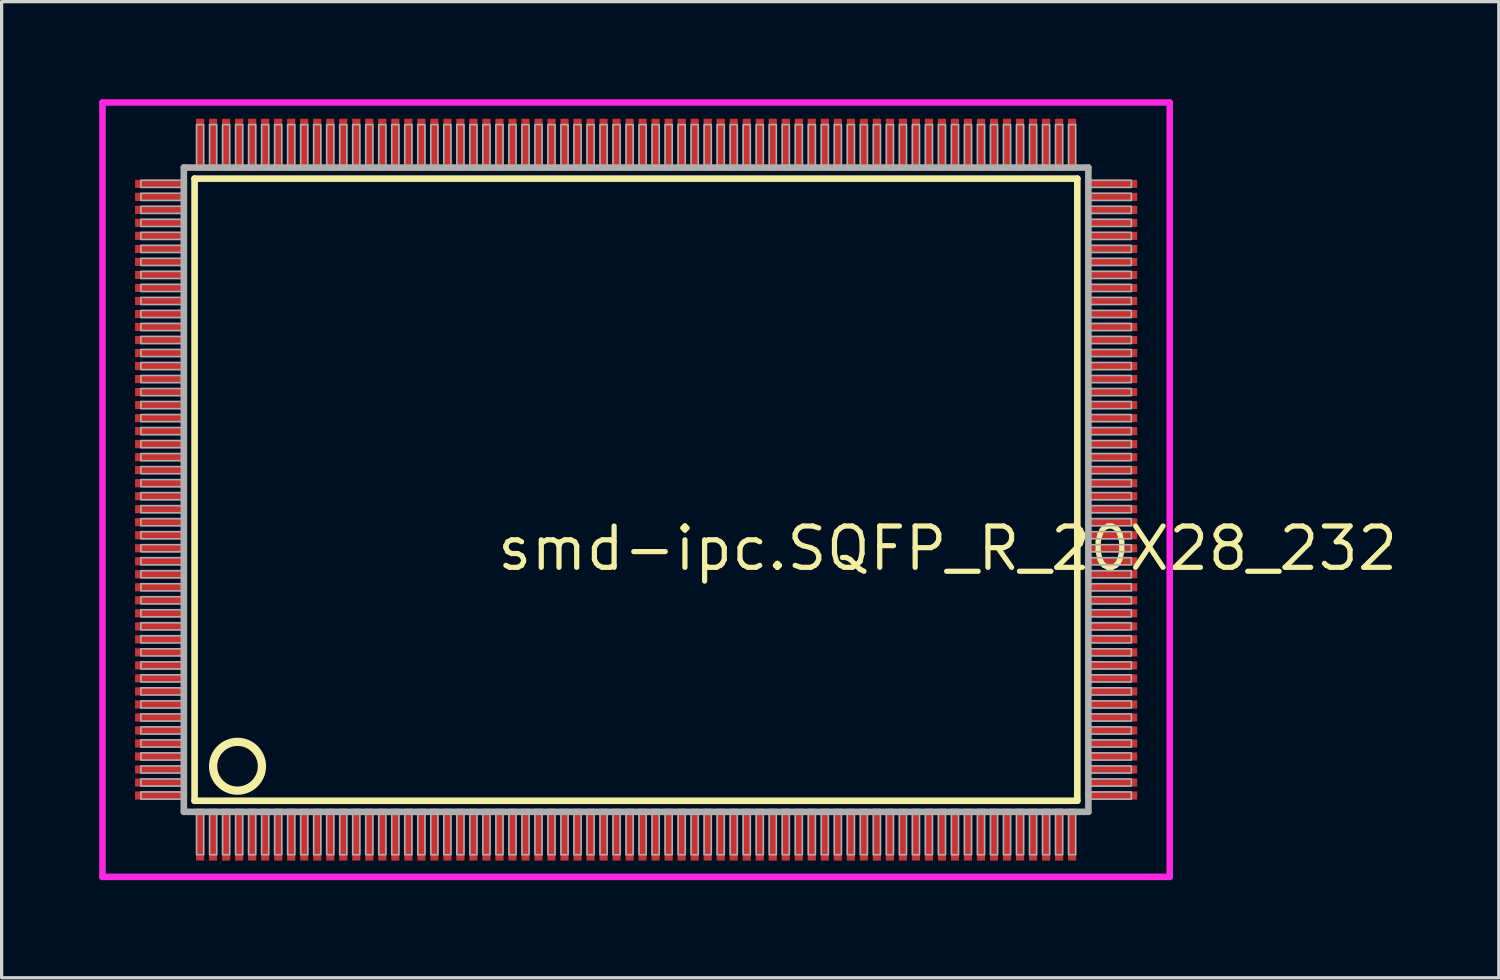
<source format=kicad_pcb>
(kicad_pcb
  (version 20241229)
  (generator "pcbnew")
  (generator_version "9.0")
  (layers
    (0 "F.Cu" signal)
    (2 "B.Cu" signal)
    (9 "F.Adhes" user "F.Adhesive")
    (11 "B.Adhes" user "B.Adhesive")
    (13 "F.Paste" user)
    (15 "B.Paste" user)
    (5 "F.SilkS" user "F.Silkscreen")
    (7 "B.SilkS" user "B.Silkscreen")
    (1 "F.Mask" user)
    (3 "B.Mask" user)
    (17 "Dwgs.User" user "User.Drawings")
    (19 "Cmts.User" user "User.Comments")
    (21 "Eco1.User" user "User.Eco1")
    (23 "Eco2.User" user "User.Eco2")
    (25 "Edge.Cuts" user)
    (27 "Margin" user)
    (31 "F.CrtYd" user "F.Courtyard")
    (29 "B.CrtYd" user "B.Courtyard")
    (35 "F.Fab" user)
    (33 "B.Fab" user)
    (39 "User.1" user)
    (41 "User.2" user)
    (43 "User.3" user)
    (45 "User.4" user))
  (footprint "smd-ipc.SQFP_R_20X28_232"
    (layer "F.Cu")
    (at 16.5 12)
    (property "Reference" "smd-ipc.SQFP_R_20X28_232" (at -4.35 2.55 0) (layer "F.SilkS") (effects (font (size 1.27 1.27) (thickness 0.16)) (justify left bottom)))
    (attr smd)
    (fp_line (start -13.57 -9.56) (end 13.56 -9.56) (stroke (width 0.203) (type default)) (layer "F.SilkS"))
    (fp_line (start -13.57 9.56) (end -13.57 -9.56) (stroke (width 0.203) (type default)) (layer "F.SilkS"))
    (fp_line (start 13.56 -9.56) (end 13.56 9.56) (stroke (width 0.203) (type default)) (layer "F.SilkS"))
    (fp_line (start 13.56 9.56) (end -13.57 9.56) (stroke (width 0.203) (type default)) (layer "F.SilkS"))
    (fp_circle (center -12.25 8.5) (end -11.5 8.5) (stroke (width 0.254) (type default)) (fill no) (layer "F.SilkS"))
    (fp_line (start -16.4 -11.9) (end 16.4 -11.9) (stroke (width 0.2) (type default)) (layer "F.CrtYd"))
    (fp_line (start -16.4 11.9) (end -16.4 -11.9) (stroke (width 0.2) (type default)) (layer "F.CrtYd"))
    (fp_line (start 16.4 -11.9) (end 16.4 11.9) (stroke (width 0.2) (type default)) (layer "F.CrtYd"))
    (fp_line (start 16.4 11.9) (end -16.4 11.9) (stroke (width 0.2) (type default)) (layer "F.CrtYd"))
    (fp_line (start -13.9 -9.9) (end -13.9 9.9) (stroke (width 0.203) (type default)) (layer "F.Fab"))
    (fp_line (start -13.9 9.9) (end 13.9 9.9) (stroke (width 0.203) (type default)) (layer "F.Fab"))
    (fp_line (start 13.9 -9.9) (end -13.9 -9.9) (stroke (width 0.203) (type default)) (layer "F.Fab"))
    (fp_line (start 13.9 9.9) (end 13.9 -9.9) (stroke (width 0.203) (type default)) (layer "F.Fab"))
    (fp_rect (start -15.22 -9.29) (end -13.95 -9.51) (stroke (width 0.05) (type default)) (fill no) (layer "F.Fab"))
    (fp_rect (start -15.22 -8.89) (end -13.95 -9.11) (stroke (width 0.05) (type default)) (fill no) (layer "F.Fab"))
    (fp_rect (start -15.22 -8.49) (end -13.95 -8.71) (stroke (width 0.05) (type default)) (fill no) (layer "F.Fab"))
    (fp_rect (start -15.22 -8.09) (end -13.95 -8.31) (stroke (width 0.05) (type default)) (fill no) (layer "F.Fab"))
    (fp_rect (start -15.22 -7.69) (end -13.95 -7.91) (stroke (width 0.05) (type default)) (fill no) (layer "F.Fab"))
    (fp_rect (start -15.22 -7.29) (end -13.95 -7.51) (stroke (width 0.05) (type default)) (fill no) (layer "F.Fab"))
    (fp_rect (start -15.22 -6.89) (end -13.95 -7.11) (stroke (width 0.05) (type default)) (fill no) (layer "F.Fab"))
    (fp_rect (start -15.22 -6.49) (end -13.95 -6.71) (stroke (width 0.05) (type default)) (fill no) (layer "F.Fab"))
    (fp_rect (start -15.22 -6.09) (end -13.95 -6.31) (stroke (width 0.05) (type default)) (fill no) (layer "F.Fab"))
    (fp_rect (start -15.22 -5.69) (end -13.95 -5.91) (stroke (width 0.05) (type default)) (fill no) (layer "F.Fab"))
    (fp_rect (start -15.22 -5.29) (end -13.95 -5.51) (stroke (width 0.05) (type default)) (fill no) (layer "F.Fab"))
    (fp_rect (start -15.22 -4.89) (end -13.95 -5.11) (stroke (width 0.05) (type default)) (fill no) (layer "F.Fab"))
    (fp_rect (start -15.22 -4.49) (end -13.95 -4.71) (stroke (width 0.05) (type default)) (fill no) (layer "F.Fab"))
    (fp_rect (start -15.22 -4.09) (end -13.95 -4.31) (stroke (width 0.05) (type default)) (fill no) (layer "F.Fab"))
    (fp_rect (start -15.22 -3.69) (end -13.95 -3.91) (stroke (width 0.05) (type default)) (fill no) (layer "F.Fab"))
    (fp_rect (start -15.22 -3.29) (end -13.95 -3.51) (stroke (width 0.05) (type default)) (fill no) (layer "F.Fab"))
    (fp_rect (start -15.22 -2.89) (end -13.95 -3.11) (stroke (width 0.05) (type default)) (fill no) (layer "F.Fab"))
    (fp_rect (start -15.22 -2.49) (end -13.95 -2.71) (stroke (width 0.05) (type default)) (fill no) (layer "F.Fab"))
    (fp_rect (start -15.22 -2.09) (end -13.95 -2.31) (stroke (width 0.05) (type default)) (fill no) (layer "F.Fab"))
    (fp_rect (start -15.22 -1.69) (end -13.95 -1.91) (stroke (width 0.05) (type default)) (fill no) (layer "F.Fab"))
    (fp_rect (start -15.22 -1.29) (end -13.95 -1.51) (stroke (width 0.05) (type default)) (fill no) (layer "F.Fab"))
    (fp_rect (start -15.22 -0.89) (end -13.95 -1.11) (stroke (width 0.05) (type default)) (fill no) (layer "F.Fab"))
    (fp_rect (start -15.22 -0.49) (end -13.95 -0.71) (stroke (width 0.05) (type default)) (fill no) (layer "F.Fab"))
    (fp_rect (start -15.22 -0.09) (end -13.95 -0.31) (stroke (width 0.05) (type default)) (fill no) (layer "F.Fab"))
    (fp_rect (start -15.22 0.31) (end -13.95 0.09) (stroke (width 0.05) (type default)) (fill no) (layer "F.Fab"))
    (fp_rect (start -15.22 0.71) (end -13.95 0.49) (stroke (width 0.05) (type default)) (fill no) (layer "F.Fab"))
    (fp_rect (start -15.22 1.11) (end -13.95 0.89) (stroke (width 0.05) (type default)) (fill no) (layer "F.Fab"))
    (fp_rect (start -15.22 1.51) (end -13.95 1.29) (stroke (width 0.05) (type default)) (fill no) (layer "F.Fab"))
    (fp_rect (start -15.22 1.91) (end -13.95 1.69) (stroke (width 0.05) (type default)) (fill no) (layer "F.Fab"))
    (fp_rect (start -15.22 2.31) (end -13.95 2.09) (stroke (width 0.05) (type default)) (fill no) (layer "F.Fab"))
    (fp_rect (start -15.22 2.71) (end -13.95 2.49) (stroke (width 0.05) (type default)) (fill no) (layer "F.Fab"))
    (fp_rect (start -15.22 3.11) (end -13.95 2.89) (stroke (width 0.05) (type default)) (fill no) (layer "F.Fab"))
    (fp_rect (start -15.22 3.51) (end -13.95 3.29) (stroke (width 0.05) (type default)) (fill no) (layer "F.Fab"))
    (fp_rect (start -15.22 3.91) (end -13.95 3.69) (stroke (width 0.05) (type default)) (fill no) (layer "F.Fab"))
    (fp_rect (start -15.22 4.31) (end -13.95 4.09) (stroke (width 0.05) (type default)) (fill no) (layer "F.Fab"))
    (fp_rect (start -15.22 4.71) (end -13.95 4.49) (stroke (width 0.05) (type default)) (fill no) (layer "F.Fab"))
    (fp_rect (start -15.22 5.11) (end -13.95 4.89) (stroke (width 0.05) (type default)) (fill no) (layer "F.Fab"))
    (fp_rect (start -15.22 5.51) (end -13.95 5.29) (stroke (width 0.05) (type default)) (fill no) (layer "F.Fab"))
    (fp_rect (start -15.22 5.91) (end -13.95 5.69) (stroke (width 0.05) (type default)) (fill no) (layer "F.Fab"))
    (fp_rect (start -15.22 6.31) (end -13.95 6.09) (stroke (width 0.05) (type default)) (fill no) (layer "F.Fab"))
    (fp_rect (start -15.22 6.71) (end -13.95 6.49) (stroke (width 0.05) (type default)) (fill no) (layer "F.Fab"))
    (fp_rect (start -15.22 7.11) (end -13.95 6.89) (stroke (width 0.05) (type default)) (fill no) (layer "F.Fab"))
    (fp_rect (start -15.22 7.51) (end -13.95 7.29) (stroke (width 0.05) (type default)) (fill no) (layer "F.Fab"))
    (fp_rect (start -15.22 7.91) (end -13.95 7.69) (stroke (width 0.05) (type default)) (fill no) (layer "F.Fab"))
    (fp_rect (start -15.22 8.31) (end -13.95 8.09) (stroke (width 0.05) (type default)) (fill no) (layer "F.Fab"))
    (fp_rect (start -15.22 8.71) (end -13.95 8.49) (stroke (width 0.05) (type default)) (fill no) (layer "F.Fab"))
    (fp_rect (start -15.22 9.11) (end -13.95 8.89) (stroke (width 0.05) (type default)) (fill no) (layer "F.Fab"))
    (fp_rect (start -15.22 9.51) (end -13.95 9.29) (stroke (width 0.05) (type default)) (fill no) (layer "F.Fab"))
    (fp_rect (start -13.51 -9.93) (end -13.29 -11.22) (stroke (width 0.05) (type default)) (fill no) (layer "F.Fab"))
    (fp_rect (start -13.51 11.22) (end -13.29 9.93) (stroke (width 0.05) (type default)) (fill no) (layer "F.Fab"))
    (fp_rect (start -13.11 -9.93) (end -12.89 -11.22) (stroke (width 0.05) (type default)) (fill no) (layer "F.Fab"))
    (fp_rect (start -13.11 11.22) (end -12.89 9.93) (stroke (width 0.05) (type default)) (fill no) (layer "F.Fab"))
    (fp_rect (start -12.71 -9.93) (end -12.49 -11.22) (stroke (width 0.05) (type default)) (fill no) (layer "F.Fab"))
    (fp_rect (start -12.71 11.22) (end -12.49 9.93) (stroke (width 0.05) (type default)) (fill no) (layer "F.Fab"))
    (fp_rect (start -12.31 -9.93) (end -12.09 -11.22) (stroke (width 0.05) (type default)) (fill no) (layer "F.Fab"))
    (fp_rect (start -12.31 11.22) (end -12.09 9.93) (stroke (width 0.05) (type default)) (fill no) (layer "F.Fab"))
    (fp_rect (start -11.91 -9.93) (end -11.69 -11.22) (stroke (width 0.05) (type default)) (fill no) (layer "F.Fab"))
    (fp_rect (start -11.91 11.22) (end -11.69 9.93) (stroke (width 0.05) (type default)) (fill no) (layer "F.Fab"))
    (fp_rect (start -11.51 -9.93) (end -11.29 -11.22) (stroke (width 0.05) (type default)) (fill no) (layer "F.Fab"))
    (fp_rect (start -11.51 11.22) (end -11.29 9.93) (stroke (width 0.05) (type default)) (fill no) (layer "F.Fab"))
    (fp_rect (start -11.11 -9.93) (end -10.89 -11.22) (stroke (width 0.05) (type default)) (fill no) (layer "F.Fab"))
    (fp_rect (start -11.11 11.22) (end -10.89 9.93) (stroke (width 0.05) (type default)) (fill no) (layer "F.Fab"))
    (fp_rect (start -10.71 -9.93) (end -10.49 -11.22) (stroke (width 0.05) (type default)) (fill no) (layer "F.Fab"))
    (fp_rect (start -10.71 11.22) (end -10.49 9.93) (stroke (width 0.05) (type default)) (fill no) (layer "F.Fab"))
    (fp_rect (start -10.31 -9.93) (end -10.09 -11.22) (stroke (width 0.05) (type default)) (fill no) (layer "F.Fab"))
    (fp_rect (start -10.31 11.22) (end -10.09 9.93) (stroke (width 0.05) (type default)) (fill no) (layer "F.Fab"))
    (fp_rect (start -9.91 -9.93) (end -9.69 -11.22) (stroke (width 0.05) (type default)) (fill no) (layer "F.Fab"))
    (fp_rect (start -9.91 11.22) (end -9.69 9.93) (stroke (width 0.05) (type default)) (fill no) (layer "F.Fab"))
    (fp_rect (start -9.51 -9.93) (end -9.29 -11.22) (stroke (width 0.05) (type default)) (fill no) (layer "F.Fab"))
    (fp_rect (start -9.51 11.22) (end -9.29 9.93) (stroke (width 0.05) (type default)) (fill no) (layer "F.Fab"))
    (fp_rect (start -9.11 -9.93) (end -8.89 -11.22) (stroke (width 0.05) (type default)) (fill no) (layer "F.Fab"))
    (fp_rect (start -9.11 11.22) (end -8.89 9.93) (stroke (width 0.05) (type default)) (fill no) (layer "F.Fab"))
    (fp_rect (start -8.71 -9.93) (end -8.49 -11.22) (stroke (width 0.05) (type default)) (fill no) (layer "F.Fab"))
    (fp_rect (start -8.71 11.22) (end -8.49 9.93) (stroke (width 0.05) (type default)) (fill no) (layer "F.Fab"))
    (fp_rect (start -8.31 -9.93) (end -8.09 -11.22) (stroke (width 0.05) (type default)) (fill no) (layer "F.Fab"))
    (fp_rect (start -8.31 11.22) (end -8.09 9.93) (stroke (width 0.05) (type default)) (fill no) (layer "F.Fab"))
    (fp_rect (start -7.91 -9.93) (end -7.69 -11.22) (stroke (width 0.05) (type default)) (fill no) (layer "F.Fab"))
    (fp_rect (start -7.91 11.22) (end -7.69 9.93) (stroke (width 0.05) (type default)) (fill no) (layer "F.Fab"))
    (fp_rect (start -7.51 -9.93) (end -7.29 -11.22) (stroke (width 0.05) (type default)) (fill no) (layer "F.Fab"))
    (fp_rect (start -7.51 11.22) (end -7.29 9.93) (stroke (width 0.05) (type default)) (fill no) (layer "F.Fab"))
    (fp_rect (start -7.11 -9.93) (end -6.89 -11.22) (stroke (width 0.05) (type default)) (fill no) (layer "F.Fab"))
    (fp_rect (start -7.11 11.22) (end -6.89 9.93) (stroke (width 0.05) (type default)) (fill no) (layer "F.Fab"))
    (fp_rect (start -6.71 -9.93) (end -6.49 -11.22) (stroke (width 0.05) (type default)) (fill no) (layer "F.Fab"))
    (fp_rect (start -6.71 11.22) (end -6.49 9.93) (stroke (width 0.05) (type default)) (fill no) (layer "F.Fab"))
    (fp_rect (start -6.31 -9.93) (end -6.09 -11.22) (stroke (width 0.05) (type default)) (fill no) (layer "F.Fab"))
    (fp_rect (start -6.31 11.22) (end -6.09 9.93) (stroke (width 0.05) (type default)) (fill no) (layer "F.Fab"))
    (fp_rect (start -5.91 -9.93) (end -5.69 -11.22) (stroke (width 0.05) (type default)) (fill no) (layer "F.Fab"))
    (fp_rect (start -5.91 11.22) (end -5.69 9.93) (stroke (width 0.05) (type default)) (fill no) (layer "F.Fab"))
    (fp_rect (start -5.51 -9.93) (end -5.29 -11.22) (stroke (width 0.05) (type default)) (fill no) (layer "F.Fab"))
    (fp_rect (start -5.51 11.22) (end -5.29 9.93) (stroke (width 0.05) (type default)) (fill no) (layer "F.Fab"))
    (fp_rect (start -5.11 -9.93) (end -4.89 -11.22) (stroke (width 0.05) (type default)) (fill no) (layer "F.Fab"))
    (fp_rect (start -5.11 11.22) (end -4.89 9.93) (stroke (width 0.05) (type default)) (fill no) (layer "F.Fab"))
    (fp_rect (start -4.71 -9.93) (end -4.49 -11.22) (stroke (width 0.05) (type default)) (fill no) (layer "F.Fab"))
    (fp_rect (start -4.71 11.22) (end -4.49 9.93) (stroke (width 0.05) (type default)) (fill no) (layer "F.Fab"))
    (fp_rect (start -4.31 -9.93) (end -4.09 -11.22) (stroke (width 0.05) (type default)) (fill no) (layer "F.Fab"))
    (fp_rect (start -4.31 11.22) (end -4.09 9.93) (stroke (width 0.05) (type default)) (fill no) (layer "F.Fab"))
    (fp_rect (start -3.91 -9.93) (end -3.69 -11.22) (stroke (width 0.05) (type default)) (fill no) (layer "F.Fab"))
    (fp_rect (start -3.91 11.22) (end -3.69 9.93) (stroke (width 0.05) (type default)) (fill no) (layer "F.Fab"))
    (fp_rect (start -3.51 -9.93) (end -3.29 -11.22) (stroke (width 0.05) (type default)) (fill no) (layer "F.Fab"))
    (fp_rect (start -3.51 11.22) (end -3.29 9.93) (stroke (width 0.05) (type default)) (fill no) (layer "F.Fab"))
    (fp_rect (start -3.11 -9.93) (end -2.89 -11.22) (stroke (width 0.05) (type default)) (fill no) (layer "F.Fab"))
    (fp_rect (start -3.11 11.22) (end -2.89 9.93) (stroke (width 0.05) (type default)) (fill no) (layer "F.Fab"))
    (fp_rect (start -2.71 -9.93) (end -2.49 -11.22) (stroke (width 0.05) (type default)) (fill no) (layer "F.Fab"))
    (fp_rect (start -2.71 11.22) (end -2.49 9.93) (stroke (width 0.05) (type default)) (fill no) (layer "F.Fab"))
    (fp_rect (start -2.31 -9.93) (end -2.09 -11.22) (stroke (width 0.05) (type default)) (fill no) (layer "F.Fab"))
    (fp_rect (start -2.31 11.22) (end -2.09 9.93) (stroke (width 0.05) (type default)) (fill no) (layer "F.Fab"))
    (fp_rect (start -1.91 -9.93) (end -1.69 -11.22) (stroke (width 0.05) (type default)) (fill no) (layer "F.Fab"))
    (fp_rect (start -1.91 11.22) (end -1.69 9.93) (stroke (width 0.05) (type default)) (fill no) (layer "F.Fab"))
    (fp_rect (start -1.51 -9.93) (end -1.29 -11.22) (stroke (width 0.05) (type default)) (fill no) (layer "F.Fab"))
    (fp_rect (start -1.51 11.22) (end -1.29 9.93) (stroke (width 0.05) (type default)) (fill no) (layer "F.Fab"))
    (fp_rect (start -1.11 -9.93) (end -0.89 -11.22) (stroke (width 0.05) (type default)) (fill no) (layer "F.Fab"))
    (fp_rect (start -1.11 11.22) (end -0.89 9.93) (stroke (width 0.05) (type default)) (fill no) (layer "F.Fab"))
    (fp_rect (start -0.71 -9.93) (end -0.49 -11.22) (stroke (width 0.05) (type default)) (fill no) (layer "F.Fab"))
    (fp_rect (start -0.71 11.22) (end -0.49 9.93) (stroke (width 0.05) (type default)) (fill no) (layer "F.Fab"))
    (fp_rect (start -0.31 -9.93) (end -0.09 -11.22) (stroke (width 0.05) (type default)) (fill no) (layer "F.Fab"))
    (fp_rect (start -0.31 11.22) (end -0.09 9.93) (stroke (width 0.05) (type default)) (fill no) (layer "F.Fab"))
    (fp_rect (start 0.09 -9.93) (end 0.31 -11.22) (stroke (width 0.05) (type default)) (fill no) (layer "F.Fab"))
    (fp_rect (start 0.09 11.22) (end 0.31 9.93) (stroke (width 0.05) (type default)) (fill no) (layer "F.Fab"))
    (fp_rect (start 0.49 -9.93) (end 0.71 -11.22) (stroke (width 0.05) (type default)) (fill no) (layer "F.Fab"))
    (fp_rect (start 0.49 11.22) (end 0.71 9.93) (stroke (width 0.05) (type default)) (fill no) (layer "F.Fab"))
    (fp_rect (start 0.89 -9.93) (end 1.11 -11.22) (stroke (width 0.05) (type default)) (fill no) (layer "F.Fab"))
    (fp_rect (start 0.89 11.22) (end 1.11 9.93) (stroke (width 0.05) (type default)) (fill no) (layer "F.Fab"))
    (fp_rect (start 1.29 -9.93) (end 1.51 -11.22) (stroke (width 0.05) (type default)) (fill no) (layer "F.Fab"))
    (fp_rect (start 1.29 11.22) (end 1.51 9.93) (stroke (width 0.05) (type default)) (fill no) (layer "F.Fab"))
    (fp_rect (start 1.69 -9.93) (end 1.91 -11.22) (stroke (width 0.05) (type default)) (fill no) (layer "F.Fab"))
    (fp_rect (start 1.69 11.22) (end 1.91 9.93) (stroke (width 0.05) (type default)) (fill no) (layer "F.Fab"))
    (fp_rect (start 2.09 -9.93) (end 2.31 -11.22) (stroke (width 0.05) (type default)) (fill no) (layer "F.Fab"))
    (fp_rect (start 2.09 11.22) (end 2.31 9.93) (stroke (width 0.05) (type default)) (fill no) (layer "F.Fab"))
    (fp_rect (start 2.49 -9.93) (end 2.71 -11.22) (stroke (width 0.05) (type default)) (fill no) (layer "F.Fab"))
    (fp_rect (start 2.49 11.22) (end 2.71 9.93) (stroke (width 0.05) (type default)) (fill no) (layer "F.Fab"))
    (fp_rect (start 2.89 -9.93) (end 3.11 -11.22) (stroke (width 0.05) (type default)) (fill no) (layer "F.Fab"))
    (fp_rect (start 2.89 11.22) (end 3.11 9.93) (stroke (width 0.05) (type default)) (fill no) (layer "F.Fab"))
    (fp_rect (start 3.29 -9.93) (end 3.51 -11.22) (stroke (width 0.05) (type default)) (fill no) (layer "F.Fab"))
    (fp_rect (start 3.29 11.22) (end 3.51 9.93) (stroke (width 0.05) (type default)) (fill no) (layer "F.Fab"))
    (fp_rect (start 3.69 -9.93) (end 3.91 -11.22) (stroke (width 0.05) (type default)) (fill no) (layer "F.Fab"))
    (fp_rect (start 3.69 11.22) (end 3.91 9.93) (stroke (width 0.05) (type default)) (fill no) (layer "F.Fab"))
    (fp_rect (start 4.09 -9.93) (end 4.31 -11.22) (stroke (width 0.05) (type default)) (fill no) (layer "F.Fab"))
    (fp_rect (start 4.09 11.22) (end 4.31 9.93) (stroke (width 0.05) (type default)) (fill no) (layer "F.Fab"))
    (fp_rect (start 4.49 -9.93) (end 4.71 -11.22) (stroke (width 0.05) (type default)) (fill no) (layer "F.Fab"))
    (fp_rect (start 4.49 11.22) (end 4.71 9.93) (stroke (width 0.05) (type default)) (fill no) (layer "F.Fab"))
    (fp_rect (start 4.89 -9.93) (end 5.11 -11.22) (stroke (width 0.05) (type default)) (fill no) (layer "F.Fab"))
    (fp_rect (start 4.89 11.22) (end 5.11 9.93) (stroke (width 0.05) (type default)) (fill no) (layer "F.Fab"))
    (fp_rect (start 5.29 -9.93) (end 5.51 -11.22) (stroke (width 0.05) (type default)) (fill no) (layer "F.Fab"))
    (fp_rect (start 5.29 11.22) (end 5.51 9.93) (stroke (width 0.05) (type default)) (fill no) (layer "F.Fab"))
    (fp_rect (start 5.69 -9.93) (end 5.91 -11.22) (stroke (width 0.05) (type default)) (fill no) (layer "F.Fab"))
    (fp_rect (start 5.69 11.22) (end 5.91 9.93) (stroke (width 0.05) (type default)) (fill no) (layer "F.Fab"))
    (fp_rect (start 6.09 -9.93) (end 6.31 -11.22) (stroke (width 0.05) (type default)) (fill no) (layer "F.Fab"))
    (fp_rect (start 6.09 11.22) (end 6.31 9.93) (stroke (width 0.05) (type default)) (fill no) (layer "F.Fab"))
    (fp_rect (start 6.49 -9.93) (end 6.71 -11.22) (stroke (width 0.05) (type default)) (fill no) (layer "F.Fab"))
    (fp_rect (start 6.49 11.22) (end 6.71 9.93) (stroke (width 0.05) (type default)) (fill no) (layer "F.Fab"))
    (fp_rect (start 6.89 -9.93) (end 7.11 -11.22) (stroke (width 0.05) (type default)) (fill no) (layer "F.Fab"))
    (fp_rect (start 6.89 11.22) (end 7.11 9.93) (stroke (width 0.05) (type default)) (fill no) (layer "F.Fab"))
    (fp_rect (start 7.29 -9.93) (end 7.51 -11.22) (stroke (width 0.05) (type default)) (fill no) (layer "F.Fab"))
    (fp_rect (start 7.29 11.22) (end 7.51 9.93) (stroke (width 0.05) (type default)) (fill no) (layer "F.Fab"))
    (fp_rect (start 7.69 -9.93) (end 7.91 -11.22) (stroke (width 0.05) (type default)) (fill no) (layer "F.Fab"))
    (fp_rect (start 7.69 11.22) (end 7.91 9.93) (stroke (width 0.05) (type default)) (fill no) (layer "F.Fab"))
    (fp_rect (start 8.09 -9.93) (end 8.31 -11.22) (stroke (width 0.05) (type default)) (fill no) (layer "F.Fab"))
    (fp_rect (start 8.09 11.22) (end 8.31 9.93) (stroke (width 0.05) (type default)) (fill no) (layer "F.Fab"))
    (fp_rect (start 8.49 -9.93) (end 8.71 -11.22) (stroke (width 0.05) (type default)) (fill no) (layer "F.Fab"))
    (fp_rect (start 8.49 11.22) (end 8.71 9.93) (stroke (width 0.05) (type default)) (fill no) (layer "F.Fab"))
    (fp_rect (start 8.89 -9.93) (end 9.11 -11.22) (stroke (width 0.05) (type default)) (fill no) (layer "F.Fab"))
    (fp_rect (start 8.89 11.22) (end 9.11 9.93) (stroke (width 0.05) (type default)) (fill no) (layer "F.Fab"))
    (fp_rect (start 9.29 -9.93) (end 9.51 -11.22) (stroke (width 0.05) (type default)) (fill no) (layer "F.Fab"))
    (fp_rect (start 9.29 11.22) (end 9.51 9.93) (stroke (width 0.05) (type default)) (fill no) (layer "F.Fab"))
    (fp_rect (start 9.69 -9.93) (end 9.91 -11.22) (stroke (width 0.05) (type default)) (fill no) (layer "F.Fab"))
    (fp_rect (start 9.69 11.22) (end 9.91 9.93) (stroke (width 0.05) (type default)) (fill no) (layer "F.Fab"))
    (fp_rect (start 10.09 -9.93) (end 10.31 -11.22) (stroke (width 0.05) (type default)) (fill no) (layer "F.Fab"))
    (fp_rect (start 10.09 11.22) (end 10.31 9.93) (stroke (width 0.05) (type default)) (fill no) (layer "F.Fab"))
    (fp_rect (start 10.49 -9.93) (end 10.71 -11.22) (stroke (width 0.05) (type default)) (fill no) (layer "F.Fab"))
    (fp_rect (start 10.49 11.22) (end 10.71 9.93) (stroke (width 0.05) (type default)) (fill no) (layer "F.Fab"))
    (fp_rect (start 10.89 -9.93) (end 11.11 -11.22) (stroke (width 0.05) (type default)) (fill no) (layer "F.Fab"))
    (fp_rect (start 10.89 11.22) (end 11.11 9.93) (stroke (width 0.05) (type default)) (fill no) (layer "F.Fab"))
    (fp_rect (start 11.29 -9.93) (end 11.51 -11.22) (stroke (width 0.05) (type default)) (fill no) (layer "F.Fab"))
    (fp_rect (start 11.29 11.22) (end 11.51 9.93) (stroke (width 0.05) (type default)) (fill no) (layer "F.Fab"))
    (fp_rect (start 11.69 -9.93) (end 11.91 -11.22) (stroke (width 0.05) (type default)) (fill no) (layer "F.Fab"))
    (fp_rect (start 11.69 11.22) (end 11.91 9.93) (stroke (width 0.05) (type default)) (fill no) (layer "F.Fab"))
    (fp_rect (start 12.09 -9.93) (end 12.31 -11.22) (stroke (width 0.05) (type default)) (fill no) (layer "F.Fab"))
    (fp_rect (start 12.09 11.22) (end 12.31 9.93) (stroke (width 0.05) (type default)) (fill no) (layer "F.Fab"))
    (fp_rect (start 12.49 -9.93) (end 12.71 -11.22) (stroke (width 0.05) (type default)) (fill no) (layer "F.Fab"))
    (fp_rect (start 12.49 11.22) (end 12.71 9.93) (stroke (width 0.05) (type default)) (fill no) (layer "F.Fab"))
    (fp_rect (start 12.89 -9.93) (end 13.11 -11.22) (stroke (width 0.05) (type default)) (fill no) (layer "F.Fab"))
    (fp_rect (start 12.89 11.22) (end 13.11 9.93) (stroke (width 0.05) (type default)) (fill no) (layer "F.Fab"))
    (fp_rect (start 13.29 -9.93) (end 13.51 -11.22) (stroke (width 0.05) (type default)) (fill no) (layer "F.Fab"))
    (fp_rect (start 13.29 11.22) (end 13.51 9.93) (stroke (width 0.05) (type default)) (fill no) (layer "F.Fab"))
    (fp_rect (start 13.95 -9.29) (end 15.22 -9.51) (stroke (width 0.05) (type default)) (fill no) (layer "F.Fab"))
    (fp_rect (start 13.95 -8.89) (end 15.22 -9.11) (stroke (width 0.05) (type default)) (fill no) (layer "F.Fab"))
    (fp_rect (start 13.95 -8.49) (end 15.22 -8.71) (stroke (width 0.05) (type default)) (fill no) (layer "F.Fab"))
    (fp_rect (start 13.95 -8.09) (end 15.22 -8.31) (stroke (width 0.05) (type default)) (fill no) (layer "F.Fab"))
    (fp_rect (start 13.95 -7.69) (end 15.22 -7.91) (stroke (width 0.05) (type default)) (fill no) (layer "F.Fab"))
    (fp_rect (start 13.95 -7.29) (end 15.22 -7.51) (stroke (width 0.05) (type default)) (fill no) (layer "F.Fab"))
    (fp_rect (start 13.95 -6.89) (end 15.22 -7.11) (stroke (width 0.05) (type default)) (fill no) (layer "F.Fab"))
    (fp_rect (start 13.95 -6.49) (end 15.22 -6.71) (stroke (width 0.05) (type default)) (fill no) (layer "F.Fab"))
    (fp_rect (start 13.95 -6.09) (end 15.22 -6.31) (stroke (width 0.05) (type default)) (fill no) (layer "F.Fab"))
    (fp_rect (start 13.95 -5.69) (end 15.22 -5.91) (stroke (width 0.05) (type default)) (fill no) (layer "F.Fab"))
    (fp_rect (start 13.95 -5.29) (end 15.22 -5.51) (stroke (width 0.05) (type default)) (fill no) (layer "F.Fab"))
    (fp_rect (start 13.95 -4.89) (end 15.22 -5.11) (stroke (width 0.05) (type default)) (fill no) (layer "F.Fab"))
    (fp_rect (start 13.95 -4.49) (end 15.22 -4.71) (stroke (width 0.05) (type default)) (fill no) (layer "F.Fab"))
    (fp_rect (start 13.95 -4.09) (end 15.22 -4.31) (stroke (width 0.05) (type default)) (fill no) (layer "F.Fab"))
    (fp_rect (start 13.95 -3.69) (end 15.22 -3.91) (stroke (width 0.05) (type default)) (fill no) (layer "F.Fab"))
    (fp_rect (start 13.95 -3.29) (end 15.22 -3.51) (stroke (width 0.05) (type default)) (fill no) (layer "F.Fab"))
    (fp_rect (start 13.95 -2.89) (end 15.22 -3.11) (stroke (width 0.05) (type default)) (fill no) (layer "F.Fab"))
    (fp_rect (start 13.95 -2.49) (end 15.22 -2.71) (stroke (width 0.05) (type default)) (fill no) (layer "F.Fab"))
    (fp_rect (start 13.95 -2.09) (end 15.22 -2.31) (stroke (width 0.05) (type default)) (fill no) (layer "F.Fab"))
    (fp_rect (start 13.95 -1.69) (end 15.22 -1.91) (stroke (width 0.05) (type default)) (fill no) (layer "F.Fab"))
    (fp_rect (start 13.95 -1.29) (end 15.22 -1.51) (stroke (width 0.05) (type default)) (fill no) (layer "F.Fab"))
    (fp_rect (start 13.95 -0.89) (end 15.22 -1.11) (stroke (width 0.05) (type default)) (fill no) (layer "F.Fab"))
    (fp_rect (start 13.95 -0.49) (end 15.22 -0.71) (stroke (width 0.05) (type default)) (fill no) (layer "F.Fab"))
    (fp_rect (start 13.95 -0.09) (end 15.22 -0.31) (stroke (width 0.05) (type default)) (fill no) (layer "F.Fab"))
    (fp_rect (start 13.95 0.31) (end 15.22 0.09) (stroke (width 0.05) (type default)) (fill no) (layer "F.Fab"))
    (fp_rect (start 13.95 0.71) (end 15.22 0.49) (stroke (width 0.05) (type default)) (fill no) (layer "F.Fab"))
    (fp_rect (start 13.95 1.11) (end 15.22 0.89) (stroke (width 0.05) (type default)) (fill no) (layer "F.Fab"))
    (fp_rect (start 13.95 1.51) (end 15.22 1.29) (stroke (width 0.05) (type default)) (fill no) (layer "F.Fab"))
    (fp_rect (start 13.95 1.91) (end 15.22 1.69) (stroke (width 0.05) (type default)) (fill no) (layer "F.Fab"))
    (fp_rect (start 13.95 2.31) (end 15.22 2.09) (stroke (width 0.05) (type default)) (fill no) (layer "F.Fab"))
    (fp_rect (start 13.95 2.71) (end 15.22 2.49) (stroke (width 0.05) (type default)) (fill no) (layer "F.Fab"))
    (fp_rect (start 13.95 3.11) (end 15.22 2.89) (stroke (width 0.05) (type default)) (fill no) (layer "F.Fab"))
    (fp_rect (start 13.95 3.51) (end 15.22 3.29) (stroke (width 0.05) (type default)) (fill no) (layer "F.Fab"))
    (fp_rect (start 13.95 3.91) (end 15.22 3.69) (stroke (width 0.05) (type default)) (fill no) (layer "F.Fab"))
    (fp_rect (start 13.95 4.31) (end 15.22 4.09) (stroke (width 0.05) (type default)) (fill no) (layer "F.Fab"))
    (fp_rect (start 13.95 4.71) (end 15.22 4.49) (stroke (width 0.05) (type default)) (fill no) (layer "F.Fab"))
    (fp_rect (start 13.95 5.11) (end 15.22 4.89) (stroke (width 0.05) (type default)) (fill no) (layer "F.Fab"))
    (fp_rect (start 13.95 5.51) (end 15.22 5.29) (stroke (width 0.05) (type default)) (fill no) (layer "F.Fab"))
    (fp_rect (start 13.95 5.91) (end 15.22 5.69) (stroke (width 0.05) (type default)) (fill no) (layer "F.Fab"))
    (fp_rect (start 13.95 6.31) (end 15.22 6.09) (stroke (width 0.05) (type default)) (fill no) (layer "F.Fab"))
    (fp_rect (start 13.95 6.71) (end 15.22 6.49) (stroke (width 0.05) (type default)) (fill no) (layer "F.Fab"))
    (fp_rect (start 13.95 7.11) (end 15.22 6.89) (stroke (width 0.05) (type default)) (fill no) (layer "F.Fab"))
    (fp_rect (start 13.95 7.51) (end 15.22 7.29) (stroke (width 0.05) (type default)) (fill no) (layer "F.Fab"))
    (fp_rect (start 13.95 7.91) (end 15.22 7.69) (stroke (width 0.05) (type default)) (fill no) (layer "F.Fab"))
    (fp_rect (start 13.95 8.31) (end 15.22 8.09) (stroke (width 0.05) (type default)) (fill no) (layer "F.Fab"))
    (fp_rect (start 13.95 8.71) (end 15.22 8.49) (stroke (width 0.05) (type default)) (fill no) (layer "F.Fab"))
    (fp_rect (start 13.95 9.11) (end 15.22 8.89) (stroke (width 0.05) (type default)) (fill no) (layer "F.Fab"))
    (fp_rect (start 13.95 9.51) (end 15.22 9.29) (stroke (width 0.05) (type default)) (fill no) (layer "F.Fab"))
    (pad "1" smd roundrect (at -13.4 10.6) (size 0.25 1.6) (layers "F.Cu" "F.Mask" "F.Paste") (roundrect_rratio 0.01))
    (pad "2" smd roundrect (at -13 10.6) (size 0.25 1.6) (layers "F.Cu" "F.Mask" "F.Paste") (roundrect_rratio 0.01))
    (pad "3" smd roundrect (at -12.6 10.6) (size 0.25 1.6) (layers "F.Cu" "F.Mask" "F.Paste") (roundrect_rratio 0.01))
    (pad "4" smd roundrect (at -12.2 10.6) (size 0.25 1.6) (layers "F.Cu" "F.Mask" "F.Paste") (roundrect_rratio 0.01))
    (pad "5" smd roundrect (at -11.8 10.6) (size 0.25 1.6) (layers "F.Cu" "F.Mask" "F.Paste") (roundrect_rratio 0.01))
    (pad "6" smd roundrect (at -11.4 10.6) (size 0.25 1.6) (layers "F.Cu" "F.Mask" "F.Paste") (roundrect_rratio 0.01))
    (pad "7" smd roundrect (at -11 10.6) (size 0.25 1.6) (layers "F.Cu" "F.Mask" "F.Paste") (roundrect_rratio 0.01))
    (pad "8" smd roundrect (at -10.6 10.6) (size 0.25 1.6) (layers "F.Cu" "F.Mask" "F.Paste") (roundrect_rratio 0.01))
    (pad "9" smd roundrect (at -10.2 10.6) (size 0.25 1.6) (layers "F.Cu" "F.Mask" "F.Paste") (roundrect_rratio 0.01))
    (pad "10" smd roundrect (at -9.8 10.6) (size 0.25 1.6) (layers "F.Cu" "F.Mask" "F.Paste") (roundrect_rratio 0.01))
    (pad "11" smd roundrect (at -9.4 10.6) (size 0.25 1.6) (layers "F.Cu" "F.Mask" "F.Paste") (roundrect_rratio 0.01))
    (pad "12" smd roundrect (at -9 10.6) (size 0.25 1.6) (layers "F.Cu" "F.Mask" "F.Paste") (roundrect_rratio 0.01))
    (pad "13" smd roundrect (at -8.6 10.6) (size 0.25 1.6) (layers "F.Cu" "F.Mask" "F.Paste") (roundrect_rratio 0.01))
    (pad "14" smd roundrect (at -8.2 10.6) (size 0.25 1.6) (layers "F.Cu" "F.Mask" "F.Paste") (roundrect_rratio 0.01))
    (pad "15" smd roundrect (at -7.8 10.6) (size 0.25 1.6) (layers "F.Cu" "F.Mask" "F.Paste") (roundrect_rratio 0.01))
    (pad "16" smd roundrect (at -7.4 10.6) (size 0.25 1.6) (layers "F.Cu" "F.Mask" "F.Paste") (roundrect_rratio 0.01))
    (pad "17" smd roundrect (at -7 10.6) (size 0.25 1.6) (layers "F.Cu" "F.Mask" "F.Paste") (roundrect_rratio 0.01))
    (pad "18" smd roundrect (at -6.6 10.6) (size 0.25 1.6) (layers "F.Cu" "F.Mask" "F.Paste") (roundrect_rratio 0.01))
    (pad "19" smd roundrect (at -6.2 10.6) (size 0.25 1.6) (layers "F.Cu" "F.Mask" "F.Paste") (roundrect_rratio 0.01))
    (pad "20" smd roundrect (at -5.8 10.6) (size 0.25 1.6) (layers "F.Cu" "F.Mask" "F.Paste") (roundrect_rratio 0.01))
    (pad "21" smd roundrect (at -5.4 10.6) (size 0.25 1.6) (layers "F.Cu" "F.Mask" "F.Paste") (roundrect_rratio 0.01))
    (pad "22" smd roundrect (at -5 10.6) (size 0.25 1.6) (layers "F.Cu" "F.Mask" "F.Paste") (roundrect_rratio 0.01))
    (pad "23" smd roundrect (at -4.6 10.6) (size 0.25 1.6) (layers "F.Cu" "F.Mask" "F.Paste") (roundrect_rratio 0.01))
    (pad "24" smd roundrect (at -4.2 10.6) (size 0.25 1.6) (layers "F.Cu" "F.Mask" "F.Paste") (roundrect_rratio 0.01))
    (pad "25" smd roundrect (at -3.8 10.6) (size 0.25 1.6) (layers "F.Cu" "F.Mask" "F.Paste") (roundrect_rratio 0.01))
    (pad "26" smd roundrect (at -3.4 10.6) (size 0.25 1.6) (layers "F.Cu" "F.Mask" "F.Paste") (roundrect_rratio 0.01))
    (pad "27" smd roundrect (at -3 10.6) (size 0.25 1.6) (layers "F.Cu" "F.Mask" "F.Paste") (roundrect_rratio 0.01))
    (pad "28" smd roundrect (at -2.6 10.6) (size 0.25 1.6) (layers "F.Cu" "F.Mask" "F.Paste") (roundrect_rratio 0.01))
    (pad "29" smd roundrect (at -2.2 10.6) (size 0.25 1.6) (layers "F.Cu" "F.Mask" "F.Paste") (roundrect_rratio 0.01))
    (pad "30" smd roundrect (at -1.8 10.6) (size 0.25 1.6) (layers "F.Cu" "F.Mask" "F.Paste") (roundrect_rratio 0.01))
    (pad "31" smd roundrect (at -1.4 10.6) (size 0.25 1.6) (layers "F.Cu" "F.Mask" "F.Paste") (roundrect_rratio 0.01))
    (pad "32" smd roundrect (at -1 10.6) (size 0.25 1.6) (layers "F.Cu" "F.Mask" "F.Paste") (roundrect_rratio 0.01))
    (pad "33" smd roundrect (at -0.6 10.6) (size 0.25 1.6) (layers "F.Cu" "F.Mask" "F.Paste") (roundrect_rratio 0.01))
    (pad "34" smd roundrect (at -0.2 10.6) (size 0.25 1.6) (layers "F.Cu" "F.Mask" "F.Paste") (roundrect_rratio 0.01))
    (pad "35" smd roundrect (at 0.2 10.6) (size 0.25 1.6) (layers "F.Cu" "F.Mask" "F.Paste") (roundrect_rratio 0.01))
    (pad "36" smd roundrect (at 0.6 10.6) (size 0.25 1.6) (layers "F.Cu" "F.Mask" "F.Paste") (roundrect_rratio 0.01))
    (pad "37" smd roundrect (at 1 10.6) (size 0.25 1.6) (layers "F.Cu" "F.Mask" "F.Paste") (roundrect_rratio 0.01))
    (pad "38" smd roundrect (at 1.4 10.6) (size 0.25 1.6) (layers "F.Cu" "F.Mask" "F.Paste") (roundrect_rratio 0.01))
    (pad "39" smd roundrect (at 1.8 10.6) (size 0.25 1.6) (layers "F.Cu" "F.Mask" "F.Paste") (roundrect_rratio 0.01))
    (pad "40" smd roundrect (at 2.2 10.6) (size 0.25 1.6) (layers "F.Cu" "F.Mask" "F.Paste") (roundrect_rratio 0.01))
    (pad "41" smd roundrect (at 2.6 10.6) (size 0.25 1.6) (layers "F.Cu" "F.Mask" "F.Paste") (roundrect_rratio 0.01))
    (pad "42" smd roundrect (at 3 10.6) (size 0.25 1.6) (layers "F.Cu" "F.Mask" "F.Paste") (roundrect_rratio 0.01))
    (pad "43" smd roundrect (at 3.4 10.6) (size 0.25 1.6) (layers "F.Cu" "F.Mask" "F.Paste") (roundrect_rratio 0.01))
    (pad "44" smd roundrect (at 3.8 10.6) (size 0.25 1.6) (layers "F.Cu" "F.Mask" "F.Paste") (roundrect_rratio 0.01))
    (pad "45" smd roundrect (at 4.2 10.6) (size 0.25 1.6) (layers "F.Cu" "F.Mask" "F.Paste") (roundrect_rratio 0.01))
    (pad "46" smd roundrect (at 4.6 10.6) (size 0.25 1.6) (layers "F.Cu" "F.Mask" "F.Paste") (roundrect_rratio 0.01))
    (pad "47" smd roundrect (at 5 10.6) (size 0.25 1.6) (layers "F.Cu" "F.Mask" "F.Paste") (roundrect_rratio 0.01))
    (pad "48" smd roundrect (at 5.4 10.6) (size 0.25 1.6) (layers "F.Cu" "F.Mask" "F.Paste") (roundrect_rratio 0.01))
    (pad "49" smd roundrect (at 5.8 10.6) (size 0.25 1.6) (layers "F.Cu" "F.Mask" "F.Paste") (roundrect_rratio 0.01))
    (pad "50" smd roundrect (at 6.2 10.6) (size 0.25 1.6) (layers "F.Cu" "F.Mask" "F.Paste") (roundrect_rratio 0.01))
    (pad "51" smd roundrect (at 6.6 10.6) (size 0.25 1.6) (layers "F.Cu" "F.Mask" "F.Paste") (roundrect_rratio 0.01))
    (pad "52" smd roundrect (at 7 10.6) (size 0.25 1.6) (layers "F.Cu" "F.Mask" "F.Paste") (roundrect_rratio 0.01))
    (pad "53" smd roundrect (at 7.4 10.6) (size 0.25 1.6) (layers "F.Cu" "F.Mask" "F.Paste") (roundrect_rratio 0.01))
    (pad "54" smd roundrect (at 7.8 10.6) (size 0.25 1.6) (layers "F.Cu" "F.Mask" "F.Paste") (roundrect_rratio 0.01))
    (pad "55" smd roundrect (at 8.2 10.6) (size 0.25 1.6) (layers "F.Cu" "F.Mask" "F.Paste") (roundrect_rratio 0.01))
    (pad "56" smd roundrect (at 8.6 10.6) (size 0.25 1.6) (layers "F.Cu" "F.Mask" "F.Paste") (roundrect_rratio 0.01))
    (pad "57" smd roundrect (at 9 10.6) (size 0.25 1.6) (layers "F.Cu" "F.Mask" "F.Paste") (roundrect_rratio 0.01))
    (pad "58" smd roundrect (at 9.4 10.6) (size 0.25 1.6) (layers "F.Cu" "F.Mask" "F.Paste") (roundrect_rratio 0.01))
    (pad "59" smd roundrect (at 9.8 10.6) (size 0.25 1.6) (layers "F.Cu" "F.Mask" "F.Paste") (roundrect_rratio 0.01))
    (pad "60" smd roundrect (at 10.2 10.6) (size 0.25 1.6) (layers "F.Cu" "F.Mask" "F.Paste") (roundrect_rratio 0.01))
    (pad "61" smd roundrect (at 10.6 10.6) (size 0.25 1.6) (layers "F.Cu" "F.Mask" "F.Paste") (roundrect_rratio 0.01))
    (pad "62" smd roundrect (at 11 10.6) (size 0.25 1.6) (layers "F.Cu" "F.Mask" "F.Paste") (roundrect_rratio 0.01))
    (pad "63" smd roundrect (at 11.4 10.6) (size 0.25 1.6) (layers "F.Cu" "F.Mask" "F.Paste") (roundrect_rratio 0.01))
    (pad "64" smd roundrect (at 11.8 10.6) (size 0.25 1.6) (layers "F.Cu" "F.Mask" "F.Paste") (roundrect_rratio 0.01))
    (pad "65" smd roundrect (at 12.2 10.6) (size 0.25 1.6) (layers "F.Cu" "F.Mask" "F.Paste") (roundrect_rratio 0.01))
    (pad "66" smd roundrect (at 12.6 10.6) (size 0.25 1.6) (layers "F.Cu" "F.Mask" "F.Paste") (roundrect_rratio 0.01))
    (pad "67" smd roundrect (at 13 10.6) (size 0.25 1.6) (layers "F.Cu" "F.Mask" "F.Paste") (roundrect_rratio 0.01))
    (pad "68" smd roundrect (at 13.4 10.6) (size 0.25 1.6) (layers "F.Cu" "F.Mask" "F.Paste") (roundrect_rratio 0.01))
    (pad "69" smd roundrect (at 14.6 9.4) (size 1.6 0.25) (layers "F.Cu" "F.Mask" "F.Paste") (roundrect_rratio 0.01))
    (pad "70" smd roundrect (at 14.6 9) (size 1.6 0.25) (layers "F.Cu" "F.Mask" "F.Paste") (roundrect_rratio 0.01))
    (pad "71" smd roundrect (at 14.6 8.6) (size 1.6 0.25) (layers "F.Cu" "F.Mask" "F.Paste") (roundrect_rratio 0.01))
    (pad "72" smd roundrect (at 14.6 8.2) (size 1.6 0.25) (layers "F.Cu" "F.Mask" "F.Paste") (roundrect_rratio 0.01))
    (pad "73" smd roundrect (at 14.6 7.8) (size 1.6 0.25) (layers "F.Cu" "F.Mask" "F.Paste") (roundrect_rratio 0.01))
    (pad "74" smd roundrect (at 14.6 7.4) (size 1.6 0.25) (layers "F.Cu" "F.Mask" "F.Paste") (roundrect_rratio 0.01))
    (pad "75" smd roundrect (at 14.6 7) (size 1.6 0.25) (layers "F.Cu" "F.Mask" "F.Paste") (roundrect_rratio 0.01))
    (pad "76" smd roundrect (at 14.6 6.6) (size 1.6 0.25) (layers "F.Cu" "F.Mask" "F.Paste") (roundrect_rratio 0.01))
    (pad "77" smd roundrect (at 14.6 6.2) (size 1.6 0.25) (layers "F.Cu" "F.Mask" "F.Paste") (roundrect_rratio 0.01))
    (pad "78" smd roundrect (at 14.6 5.8) (size 1.6 0.25) (layers "F.Cu" "F.Mask" "F.Paste") (roundrect_rratio 0.01))
    (pad "79" smd roundrect (at 14.6 5.4) (size 1.6 0.25) (layers "F.Cu" "F.Mask" "F.Paste") (roundrect_rratio 0.01))
    (pad "80" smd roundrect (at 14.6 5) (size 1.6 0.25) (layers "F.Cu" "F.Mask" "F.Paste") (roundrect_rratio 0.01))
    (pad "81" smd roundrect (at 14.6 4.6) (size 1.6 0.25) (layers "F.Cu" "F.Mask" "F.Paste") (roundrect_rratio 0.01))
    (pad "82" smd roundrect (at 14.6 4.2) (size 1.6 0.25) (layers "F.Cu" "F.Mask" "F.Paste") (roundrect_rratio 0.01))
    (pad "83" smd roundrect (at 14.6 3.8) (size 1.6 0.25) (layers "F.Cu" "F.Mask" "F.Paste") (roundrect_rratio 0.01))
    (pad "84" smd roundrect (at 14.6 3.4) (size 1.6 0.25) (layers "F.Cu" "F.Mask" "F.Paste") (roundrect_rratio 0.01))
    (pad "85" smd roundrect (at 14.6 3) (size 1.6 0.25) (layers "F.Cu" "F.Mask" "F.Paste") (roundrect_rratio 0.01))
    (pad "86" smd roundrect (at 14.6 2.6) (size 1.6 0.25) (layers "F.Cu" "F.Mask" "F.Paste") (roundrect_rratio 0.01))
    (pad "87" smd roundrect (at 14.6 2.2) (size 1.6 0.25) (layers "F.Cu" "F.Mask" "F.Paste") (roundrect_rratio 0.01))
    (pad "88" smd roundrect (at 14.6 1.8) (size 1.6 0.25) (layers "F.Cu" "F.Mask" "F.Paste") (roundrect_rratio 0.01))
    (pad "89" smd roundrect (at 14.6 1.4) (size 1.6 0.25) (layers "F.Cu" "F.Mask" "F.Paste") (roundrect_rratio 0.01))
    (pad "90" smd roundrect (at 14.6 1) (size 1.6 0.25) (layers "F.Cu" "F.Mask" "F.Paste") (roundrect_rratio 0.01))
    (pad "91" smd roundrect (at 14.6 0.6) (size 1.6 0.25) (layers "F.Cu" "F.Mask" "F.Paste") (roundrect_rratio 0.01))
    (pad "92" smd roundrect (at 14.6 0.2) (size 1.6 0.25) (layers "F.Cu" "F.Mask" "F.Paste") (roundrect_rratio 0.01))
    (pad "93" smd roundrect (at 14.6 -0.2) (size 1.6 0.25) (layers "F.Cu" "F.Mask" "F.Paste") (roundrect_rratio 0.01))
    (pad "94" smd roundrect (at 14.6 -0.6) (size 1.6 0.25) (layers "F.Cu" "F.Mask" "F.Paste") (roundrect_rratio 0.01))
    (pad "95" smd roundrect (at 14.6 -1) (size 1.6 0.25) (layers "F.Cu" "F.Mask" "F.Paste") (roundrect_rratio 0.01))
    (pad "96" smd roundrect (at 14.6 -1.4) (size 1.6 0.25) (layers "F.Cu" "F.Mask" "F.Paste") (roundrect_rratio 0.01))
    (pad "97" smd roundrect (at 14.6 -1.8) (size 1.6 0.25) (layers "F.Cu" "F.Mask" "F.Paste") (roundrect_rratio 0.01))
    (pad "98" smd roundrect (at 14.6 -2.2) (size 1.6 0.25) (layers "F.Cu" "F.Mask" "F.Paste") (roundrect_rratio 0.01))
    (pad "99" smd roundrect (at 14.6 -2.6) (size 1.6 0.25) (layers "F.Cu" "F.Mask" "F.Paste") (roundrect_rratio 0.01))
    (pad "100" smd roundrect (at 14.6 -3) (size 1.6 0.25) (layers "F.Cu" "F.Mask" "F.Paste") (roundrect_rratio 0.01))
    (pad "101" smd roundrect (at 14.6 -3.4) (size 1.6 0.25) (layers "F.Cu" "F.Mask" "F.Paste") (roundrect_rratio 0.01))
    (pad "102" smd roundrect (at 14.6 -3.8) (size 1.6 0.25) (layers "F.Cu" "F.Mask" "F.Paste") (roundrect_rratio 0.01))
    (pad "103" smd roundrect (at 14.6 -4.2) (size 1.6 0.25) (layers "F.Cu" "F.Mask" "F.Paste") (roundrect_rratio 0.01))
    (pad "104" smd roundrect (at 14.6 -4.6) (size 1.6 0.25) (layers "F.Cu" "F.Mask" "F.Paste") (roundrect_rratio 0.01))
    (pad "105" smd roundrect (at 14.6 -5) (size 1.6 0.25) (layers "F.Cu" "F.Mask" "F.Paste") (roundrect_rratio 0.01))
    (pad "106" smd roundrect (at 14.6 -5.4) (size 1.6 0.25) (layers "F.Cu" "F.Mask" "F.Paste") (roundrect_rratio 0.01))
    (pad "107" smd roundrect (at 14.6 -5.8) (size 1.6 0.25) (layers "F.Cu" "F.Mask" "F.Paste") (roundrect_rratio 0.01))
    (pad "108" smd roundrect (at 14.6 -6.2) (size 1.6 0.25) (layers "F.Cu" "F.Mask" "F.Paste") (roundrect_rratio 0.01))
    (pad "109" smd roundrect (at 14.6 -6.6) (size 1.6 0.25) (layers "F.Cu" "F.Mask" "F.Paste") (roundrect_rratio 0.01))
    (pad "110" smd roundrect (at 14.6 -7) (size 1.6 0.25) (layers "F.Cu" "F.Mask" "F.Paste") (roundrect_rratio 0.01))
    (pad "111" smd roundrect (at 14.6 -7.4) (size 1.6 0.25) (layers "F.Cu" "F.Mask" "F.Paste") (roundrect_rratio 0.01))
    (pad "112" smd roundrect (at 14.6 -7.8) (size 1.6 0.25) (layers "F.Cu" "F.Mask" "F.Paste") (roundrect_rratio 0.01))
    (pad "113" smd roundrect (at 14.6 -8.2) (size 1.6 0.25) (layers "F.Cu" "F.Mask" "F.Paste") (roundrect_rratio 0.01))
    (pad "114" smd roundrect (at 14.6 -8.6) (size 1.6 0.25) (layers "F.Cu" "F.Mask" "F.Paste") (roundrect_rratio 0.01))
    (pad "115" smd roundrect (at 14.6 -9) (size 1.6 0.25) (layers "F.Cu" "F.Mask" "F.Paste") (roundrect_rratio 0.01))
    (pad "116" smd roundrect (at 14.6 -9.4) (size 1.6 0.25) (layers "F.Cu" "F.Mask" "F.Paste") (roundrect_rratio 0.01))
    (pad "117" smd roundrect (at 13.4 -10.6) (size 0.25 1.6) (layers "F.Cu" "F.Mask" "F.Paste") (roundrect_rratio 0.01))
    (pad "118" smd roundrect (at 13 -10.6) (size 0.25 1.6) (layers "F.Cu" "F.Mask" "F.Paste") (roundrect_rratio 0.01))
    (pad "119" smd roundrect (at 12.6 -10.6) (size 0.25 1.6) (layers "F.Cu" "F.Mask" "F.Paste") (roundrect_rratio 0.01))
    (pad "120" smd roundrect (at 12.2 -10.6) (size 0.25 1.6) (layers "F.Cu" "F.Mask" "F.Paste") (roundrect_rratio 0.01))
    (pad "121" smd roundrect (at 11.8 -10.6) (size 0.25 1.6) (layers "F.Cu" "F.Mask" "F.Paste") (roundrect_rratio 0.01))
    (pad "122" smd roundrect (at 11.4 -10.6) (size 0.25 1.6) (layers "F.Cu" "F.Mask" "F.Paste") (roundrect_rratio 0.01))
    (pad "123" smd roundrect (at 11 -10.6) (size 0.25 1.6) (layers "F.Cu" "F.Mask" "F.Paste") (roundrect_rratio 0.01))
    (pad "124" smd roundrect (at 10.6 -10.6) (size 0.25 1.6) (layers "F.Cu" "F.Mask" "F.Paste") (roundrect_rratio 0.01))
    (pad "125" smd roundrect (at 10.2 -10.6) (size 0.25 1.6) (layers "F.Cu" "F.Mask" "F.Paste") (roundrect_rratio 0.01))
    (pad "126" smd roundrect (at 9.8 -10.6) (size 0.25 1.6) (layers "F.Cu" "F.Mask" "F.Paste") (roundrect_rratio 0.01))
    (pad "127" smd roundrect (at 9.4 -10.6) (size 0.25 1.6) (layers "F.Cu" "F.Mask" "F.Paste") (roundrect_rratio 0.01))
    (pad "128" smd roundrect (at 9 -10.6) (size 0.25 1.6) (layers "F.Cu" "F.Mask" "F.Paste") (roundrect_rratio 0.01))
    (pad "129" smd roundrect (at 8.6 -10.6) (size 0.25 1.6) (layers "F.Cu" "F.Mask" "F.Paste") (roundrect_rratio 0.01))
    (pad "130" smd roundrect (at 8.2 -10.6) (size 0.25 1.6) (layers "F.Cu" "F.Mask" "F.Paste") (roundrect_rratio 0.01))
    (pad "131" smd roundrect (at 7.8 -10.6) (size 0.25 1.6) (layers "F.Cu" "F.Mask" "F.Paste") (roundrect_rratio 0.01))
    (pad "132" smd roundrect (at 7.4 -10.6) (size 0.25 1.6) (layers "F.Cu" "F.Mask" "F.Paste") (roundrect_rratio 0.01))
    (pad "133" smd roundrect (at 7 -10.6) (size 0.25 1.6) (layers "F.Cu" "F.Mask" "F.Paste") (roundrect_rratio 0.01))
    (pad "134" smd roundrect (at 6.6 -10.6) (size 0.25 1.6) (layers "F.Cu" "F.Mask" "F.Paste") (roundrect_rratio 0.01))
    (pad "135" smd roundrect (at 6.2 -10.6) (size 0.25 1.6) (layers "F.Cu" "F.Mask" "F.Paste") (roundrect_rratio 0.01))
    (pad "136" smd roundrect (at 5.8 -10.6) (size 0.25 1.6) (layers "F.Cu" "F.Mask" "F.Paste") (roundrect_rratio 0.01))
    (pad "137" smd roundrect (at 5.4 -10.6) (size 0.25 1.6) (layers "F.Cu" "F.Mask" "F.Paste") (roundrect_rratio 0.01))
    (pad "138" smd roundrect (at 5 -10.6) (size 0.25 1.6) (layers "F.Cu" "F.Mask" "F.Paste") (roundrect_rratio 0.01))
    (pad "139" smd roundrect (at 4.6 -10.6) (size 0.25 1.6) (layers "F.Cu" "F.Mask" "F.Paste") (roundrect_rratio 0.01))
    (pad "140" smd roundrect (at 4.2 -10.6) (size 0.25 1.6) (layers "F.Cu" "F.Mask" "F.Paste") (roundrect_rratio 0.01))
    (pad "141" smd roundrect (at 3.8 -10.6) (size 0.25 1.6) (layers "F.Cu" "F.Mask" "F.Paste") (roundrect_rratio 0.01))
    (pad "142" smd roundrect (at 3.4 -10.6) (size 0.25 1.6) (layers "F.Cu" "F.Mask" "F.Paste") (roundrect_rratio 0.01))
    (pad "143" smd roundrect (at 3 -10.6) (size 0.25 1.6) (layers "F.Cu" "F.Mask" "F.Paste") (roundrect_rratio 0.01))
    (pad "144" smd roundrect (at 2.6 -10.6) (size 0.25 1.6) (layers "F.Cu" "F.Mask" "F.Paste") (roundrect_rratio 0.01))
    (pad "145" smd roundrect (at 2.2 -10.6) (size 0.25 1.6) (layers "F.Cu" "F.Mask" "F.Paste") (roundrect_rratio 0.01))
    (pad "146" smd roundrect (at 1.8 -10.6) (size 0.25 1.6) (layers "F.Cu" "F.Mask" "F.Paste") (roundrect_rratio 0.01))
    (pad "147" smd roundrect (at 1.4 -10.6) (size 0.25 1.6) (layers "F.Cu" "F.Mask" "F.Paste") (roundrect_rratio 0.01))
    (pad "148" smd roundrect (at 1 -10.6) (size 0.25 1.6) (layers "F.Cu" "F.Mask" "F.Paste") (roundrect_rratio 0.01))
    (pad "149" smd roundrect (at 0.6 -10.6) (size 0.25 1.6) (layers "F.Cu" "F.Mask" "F.Paste") (roundrect_rratio 0.01))
    (pad "150" smd roundrect (at 0.2 -10.6) (size 0.25 1.6) (layers "F.Cu" "F.Mask" "F.Paste") (roundrect_rratio 0.01))
    (pad "151" smd roundrect (at -0.2 -10.6) (size 0.25 1.6) (layers "F.Cu" "F.Mask" "F.Paste") (roundrect_rratio 0.01))
    (pad "152" smd roundrect (at -0.6 -10.6) (size 0.25 1.6) (layers "F.Cu" "F.Mask" "F.Paste") (roundrect_rratio 0.01))
    (pad "153" smd roundrect (at -1 -10.6) (size 0.25 1.6) (layers "F.Cu" "F.Mask" "F.Paste") (roundrect_rratio 0.01))
    (pad "154" smd roundrect (at -1.4 -10.6) (size 0.25 1.6) (layers "F.Cu" "F.Mask" "F.Paste") (roundrect_rratio 0.01))
    (pad "155" smd roundrect (at -1.8 -10.6) (size 0.25 1.6) (layers "F.Cu" "F.Mask" "F.Paste") (roundrect_rratio 0.01))
    (pad "156" smd roundrect (at -2.2 -10.6) (size 0.25 1.6) (layers "F.Cu" "F.Mask" "F.Paste") (roundrect_rratio 0.01))
    (pad "157" smd roundrect (at -2.6 -10.6) (size 0.25 1.6) (layers "F.Cu" "F.Mask" "F.Paste") (roundrect_rratio 0.01))
    (pad "158" smd roundrect (at -3 -10.6) (size 0.25 1.6) (layers "F.Cu" "F.Mask" "F.Paste") (roundrect_rratio 0.01))
    (pad "159" smd roundrect (at -3.4 -10.6) (size 0.25 1.6) (layers "F.Cu" "F.Mask" "F.Paste") (roundrect_rratio 0.01))
    (pad "160" smd roundrect (at -3.8 -10.6) (size 0.25 1.6) (layers "F.Cu" "F.Mask" "F.Paste") (roundrect_rratio 0.01))
    (pad "161" smd roundrect (at -4.2 -10.6) (size 0.25 1.6) (layers "F.Cu" "F.Mask" "F.Paste") (roundrect_rratio 0.01))
    (pad "162" smd roundrect (at -4.6 -10.6) (size 0.25 1.6) (layers "F.Cu" "F.Mask" "F.Paste") (roundrect_rratio 0.01))
    (pad "163" smd roundrect (at -5 -10.6) (size 0.25 1.6) (layers "F.Cu" "F.Mask" "F.Paste") (roundrect_rratio 0.01))
    (pad "164" smd roundrect (at -5.4 -10.6) (size 0.25 1.6) (layers "F.Cu" "F.Mask" "F.Paste") (roundrect_rratio 0.01))
    (pad "165" smd roundrect (at -5.8 -10.6) (size 0.25 1.6) (layers "F.Cu" "F.Mask" "F.Paste") (roundrect_rratio 0.01))
    (pad "166" smd roundrect (at -6.2 -10.6) (size 0.25 1.6) (layers "F.Cu" "F.Mask" "F.Paste") (roundrect_rratio 0.01))
    (pad "167" smd roundrect (at -6.6 -10.6) (size 0.25 1.6) (layers "F.Cu" "F.Mask" "F.Paste") (roundrect_rratio 0.01))
    (pad "168" smd roundrect (at -7 -10.6) (size 0.25 1.6) (layers "F.Cu" "F.Mask" "F.Paste") (roundrect_rratio 0.01))
    (pad "169" smd roundrect (at -7.4 -10.6) (size 0.25 1.6) (layers "F.Cu" "F.Mask" "F.Paste") (roundrect_rratio 0.01))
    (pad "170" smd roundrect (at -7.8 -10.6) (size 0.25 1.6) (layers "F.Cu" "F.Mask" "F.Paste") (roundrect_rratio 0.01))
    (pad "171" smd roundrect (at -8.2 -10.6) (size 0.25 1.6) (layers "F.Cu" "F.Mask" "F.Paste") (roundrect_rratio 0.01))
    (pad "172" smd roundrect (at -8.6 -10.6) (size 0.25 1.6) (layers "F.Cu" "F.Mask" "F.Paste") (roundrect_rratio 0.01))
    (pad "173" smd roundrect (at -9 -10.6) (size 0.25 1.6) (layers "F.Cu" "F.Mask" "F.Paste") (roundrect_rratio 0.01))
    (pad "174" smd roundrect (at -9.4 -10.6) (size 0.25 1.6) (layers "F.Cu" "F.Mask" "F.Paste") (roundrect_rratio 0.01))
    (pad "175" smd roundrect (at -9.8 -10.6) (size 0.25 1.6) (layers "F.Cu" "F.Mask" "F.Paste") (roundrect_rratio 0.01))
    (pad "176" smd roundrect (at -10.2 -10.6) (size 0.25 1.6) (layers "F.Cu" "F.Mask" "F.Paste") (roundrect_rratio 0.01))
    (pad "177" smd roundrect (at -10.6 -10.6) (size 0.25 1.6) (layers "F.Cu" "F.Mask" "F.Paste") (roundrect_rratio 0.01))
    (pad "178" smd roundrect (at -11 -10.6) (size 0.25 1.6) (layers "F.Cu" "F.Mask" "F.Paste") (roundrect_rratio 0.01))
    (pad "179" smd roundrect (at -11.4 -10.6) (size 0.25 1.6) (layers "F.Cu" "F.Mask" "F.Paste") (roundrect_rratio 0.01))
    (pad "180" smd roundrect (at -11.8 -10.6) (size 0.25 1.6) (layers "F.Cu" "F.Mask" "F.Paste") (roundrect_rratio 0.01))
    (pad "181" smd roundrect (at -12.2 -10.6) (size 0.25 1.6) (layers "F.Cu" "F.Mask" "F.Paste") (roundrect_rratio 0.01))
    (pad "182" smd roundrect (at -12.6 -10.6) (size 0.25 1.6) (layers "F.Cu" "F.Mask" "F.Paste") (roundrect_rratio 0.01))
    (pad "183" smd roundrect (at -13 -10.6) (size 0.25 1.6) (layers "F.Cu" "F.Mask" "F.Paste") (roundrect_rratio 0.01))
    (pad "184" smd roundrect (at -13.4 -10.6) (size 0.25 1.6) (layers "F.Cu" "F.Mask" "F.Paste") (roundrect_rratio 0.01))
    (pad "185" smd roundrect (at -14.6 -9.4) (size 1.6 0.25) (layers "F.Cu" "F.Mask" "F.Paste") (roundrect_rratio 0.01))
    (pad "186" smd roundrect (at -14.6 -9) (size 1.6 0.25) (layers "F.Cu" "F.Mask" "F.Paste") (roundrect_rratio 0.01))
    (pad "187" smd roundrect (at -14.6 -8.6) (size 1.6 0.25) (layers "F.Cu" "F.Mask" "F.Paste") (roundrect_rratio 0.01))
    (pad "188" smd roundrect (at -14.6 -8.2) (size 1.6 0.25) (layers "F.Cu" "F.Mask" "F.Paste") (roundrect_rratio 0.01))
    (pad "189" smd roundrect (at -14.6 -7.8) (size 1.6 0.25) (layers "F.Cu" "F.Mask" "F.Paste") (roundrect_rratio 0.01))
    (pad "190" smd roundrect (at -14.6 -7.4) (size 1.6 0.25) (layers "F.Cu" "F.Mask" "F.Paste") (roundrect_rratio 0.01))
    (pad "191" smd roundrect (at -14.6 -7) (size 1.6 0.25) (layers "F.Cu" "F.Mask" "F.Paste") (roundrect_rratio 0.01))
    (pad "192" smd roundrect (at -14.6 -6.6) (size 1.6 0.25) (layers "F.Cu" "F.Mask" "F.Paste") (roundrect_rratio 0.01))
    (pad "193" smd roundrect (at -14.6 -6.2) (size 1.6 0.25) (layers "F.Cu" "F.Mask" "F.Paste") (roundrect_rratio 0.01))
    (pad "194" smd roundrect (at -14.6 -5.8) (size 1.6 0.25) (layers "F.Cu" "F.Mask" "F.Paste") (roundrect_rratio 0.01))
    (pad "195" smd roundrect (at -14.6 -5.4) (size 1.6 0.25) (layers "F.Cu" "F.Mask" "F.Paste") (roundrect_rratio 0.01))
    (pad "196" smd roundrect (at -14.6 -5) (size 1.6 0.25) (layers "F.Cu" "F.Mask" "F.Paste") (roundrect_rratio 0.01))
    (pad "197" smd roundrect (at -14.6 -4.6) (size 1.6 0.25) (layers "F.Cu" "F.Mask" "F.Paste") (roundrect_rratio 0.01))
    (pad "198" smd roundrect (at -14.6 -4.2) (size 1.6 0.25) (layers "F.Cu" "F.Mask" "F.Paste") (roundrect_rratio 0.01))
    (pad "199" smd roundrect (at -14.6 -3.8) (size 1.6 0.25) (layers "F.Cu" "F.Mask" "F.Paste") (roundrect_rratio 0.01))
    (pad "200" smd roundrect (at -14.6 -3.4) (size 1.6 0.25) (layers "F.Cu" "F.Mask" "F.Paste") (roundrect_rratio 0.01))
    (pad "201" smd roundrect (at -14.6 -3) (size 1.6 0.25) (layers "F.Cu" "F.Mask" "F.Paste") (roundrect_rratio 0.01))
    (pad "202" smd roundrect (at -14.6 -2.6) (size 1.6 0.25) (layers "F.Cu" "F.Mask" "F.Paste") (roundrect_rratio 0.01))
    (pad "203" smd roundrect (at -14.6 -2.2) (size 1.6 0.25) (layers "F.Cu" "F.Mask" "F.Paste") (roundrect_rratio 0.01))
    (pad "204" smd roundrect (at -14.6 -1.8) (size 1.6 0.25) (layers "F.Cu" "F.Mask" "F.Paste") (roundrect_rratio 0.01))
    (pad "205" smd roundrect (at -14.6 -1.4) (size 1.6 0.25) (layers "F.Cu" "F.Mask" "F.Paste") (roundrect_rratio 0.01))
    (pad "206" smd roundrect (at -14.6 -1) (size 1.6 0.25) (layers "F.Cu" "F.Mask" "F.Paste") (roundrect_rratio 0.01))
    (pad "207" smd roundrect (at -14.6 -0.6) (size 1.6 0.25) (layers "F.Cu" "F.Mask" "F.Paste") (roundrect_rratio 0.01))
    (pad "208" smd roundrect (at -14.6 -0.2) (size 1.6 0.25) (layers "F.Cu" "F.Mask" "F.Paste") (roundrect_rratio 0.01))
    (pad "209" smd roundrect (at -14.6 0.2) (size 1.6 0.25) (layers "F.Cu" "F.Mask" "F.Paste") (roundrect_rratio 0.01))
    (pad "210" smd roundrect (at -14.6 0.6) (size 1.6 0.25) (layers "F.Cu" "F.Mask" "F.Paste") (roundrect_rratio 0.01))
    (pad "211" smd roundrect (at -14.6 1) (size 1.6 0.25) (layers "F.Cu" "F.Mask" "F.Paste") (roundrect_rratio 0.01))
    (pad "212" smd roundrect (at -14.6 1.4) (size 1.6 0.25) (layers "F.Cu" "F.Mask" "F.Paste") (roundrect_rratio 0.01))
    (pad "213" smd roundrect (at -14.6 1.8) (size 1.6 0.25) (layers "F.Cu" "F.Mask" "F.Paste") (roundrect_rratio 0.01))
    (pad "214" smd roundrect (at -14.6 2.2) (size 1.6 0.25) (layers "F.Cu" "F.Mask" "F.Paste") (roundrect_rratio 0.01))
    (pad "215" smd roundrect (at -14.6 2.6) (size 1.6 0.25) (layers "F.Cu" "F.Mask" "F.Paste") (roundrect_rratio 0.01))
    (pad "216" smd roundrect (at -14.6 3) (size 1.6 0.25) (layers "F.Cu" "F.Mask" "F.Paste") (roundrect_rratio 0.01))
    (pad "217" smd roundrect (at -14.6 3.4) (size 1.6 0.25) (layers "F.Cu" "F.Mask" "F.Paste") (roundrect_rratio 0.01))
    (pad "218" smd roundrect (at -14.6 3.8) (size 1.6 0.25) (layers "F.Cu" "F.Mask" "F.Paste") (roundrect_rratio 0.01))
    (pad "219" smd roundrect (at -14.6 4.2) (size 1.6 0.25) (layers "F.Cu" "F.Mask" "F.Paste") (roundrect_rratio 0.01))
    (pad "220" smd roundrect (at -14.6 4.6) (size 1.6 0.25) (layers "F.Cu" "F.Mask" "F.Paste") (roundrect_rratio 0.01))
    (pad "221" smd roundrect (at -14.6 5) (size 1.6 0.25) (layers "F.Cu" "F.Mask" "F.Paste") (roundrect_rratio 0.01))
    (pad "222" smd roundrect (at -14.6 5.4) (size 1.6 0.25) (layers "F.Cu" "F.Mask" "F.Paste") (roundrect_rratio 0.01))
    (pad "223" smd roundrect (at -14.6 5.8) (size 1.6 0.25) (layers "F.Cu" "F.Mask" "F.Paste") (roundrect_rratio 0.01))
    (pad "224" smd roundrect (at -14.6 6.2) (size 1.6 0.25) (layers "F.Cu" "F.Mask" "F.Paste") (roundrect_rratio 0.01))
    (pad "225" smd roundrect (at -14.6 6.6) (size 1.6 0.25) (layers "F.Cu" "F.Mask" "F.Paste") (roundrect_rratio 0.01))
    (pad "226" smd roundrect (at -14.6 7) (size 1.6 0.25) (layers "F.Cu" "F.Mask" "F.Paste") (roundrect_rratio 0.01))
    (pad "227" smd roundrect (at -14.6 7.4) (size 1.6 0.25) (layers "F.Cu" "F.Mask" "F.Paste") (roundrect_rratio 0.01))
    (pad "228" smd roundrect (at -14.6 7.8) (size 1.6 0.25) (layers "F.Cu" "F.Mask" "F.Paste") (roundrect_rratio 0.01))
    (pad "229" smd roundrect (at -14.6 8.2) (size 1.6 0.25) (layers "F.Cu" "F.Mask" "F.Paste") (roundrect_rratio 0.01))
    (pad "230" smd roundrect (at -14.6 8.6) (size 1.6 0.25) (layers "F.Cu" "F.Mask" "F.Paste") (roundrect_rratio 0.01))
    (pad "231" smd roundrect (at -14.6 9) (size 1.6 0.25) (layers "F.Cu" "F.Mask" "F.Paste") (roundrect_rratio 0.01))
    (pad "232" smd roundrect (at -14.6 9.4) (size 1.6 0.25) (layers "F.Cu" "F.Mask" "F.Paste") (roundrect_rratio 0.01)))
  (gr_rect
    (start -3 -3)
    (end 43.014 27)
    (stroke (width 0.1) (type default))
    (fill no)
    (layer "Edge.Cuts")))
</source>
